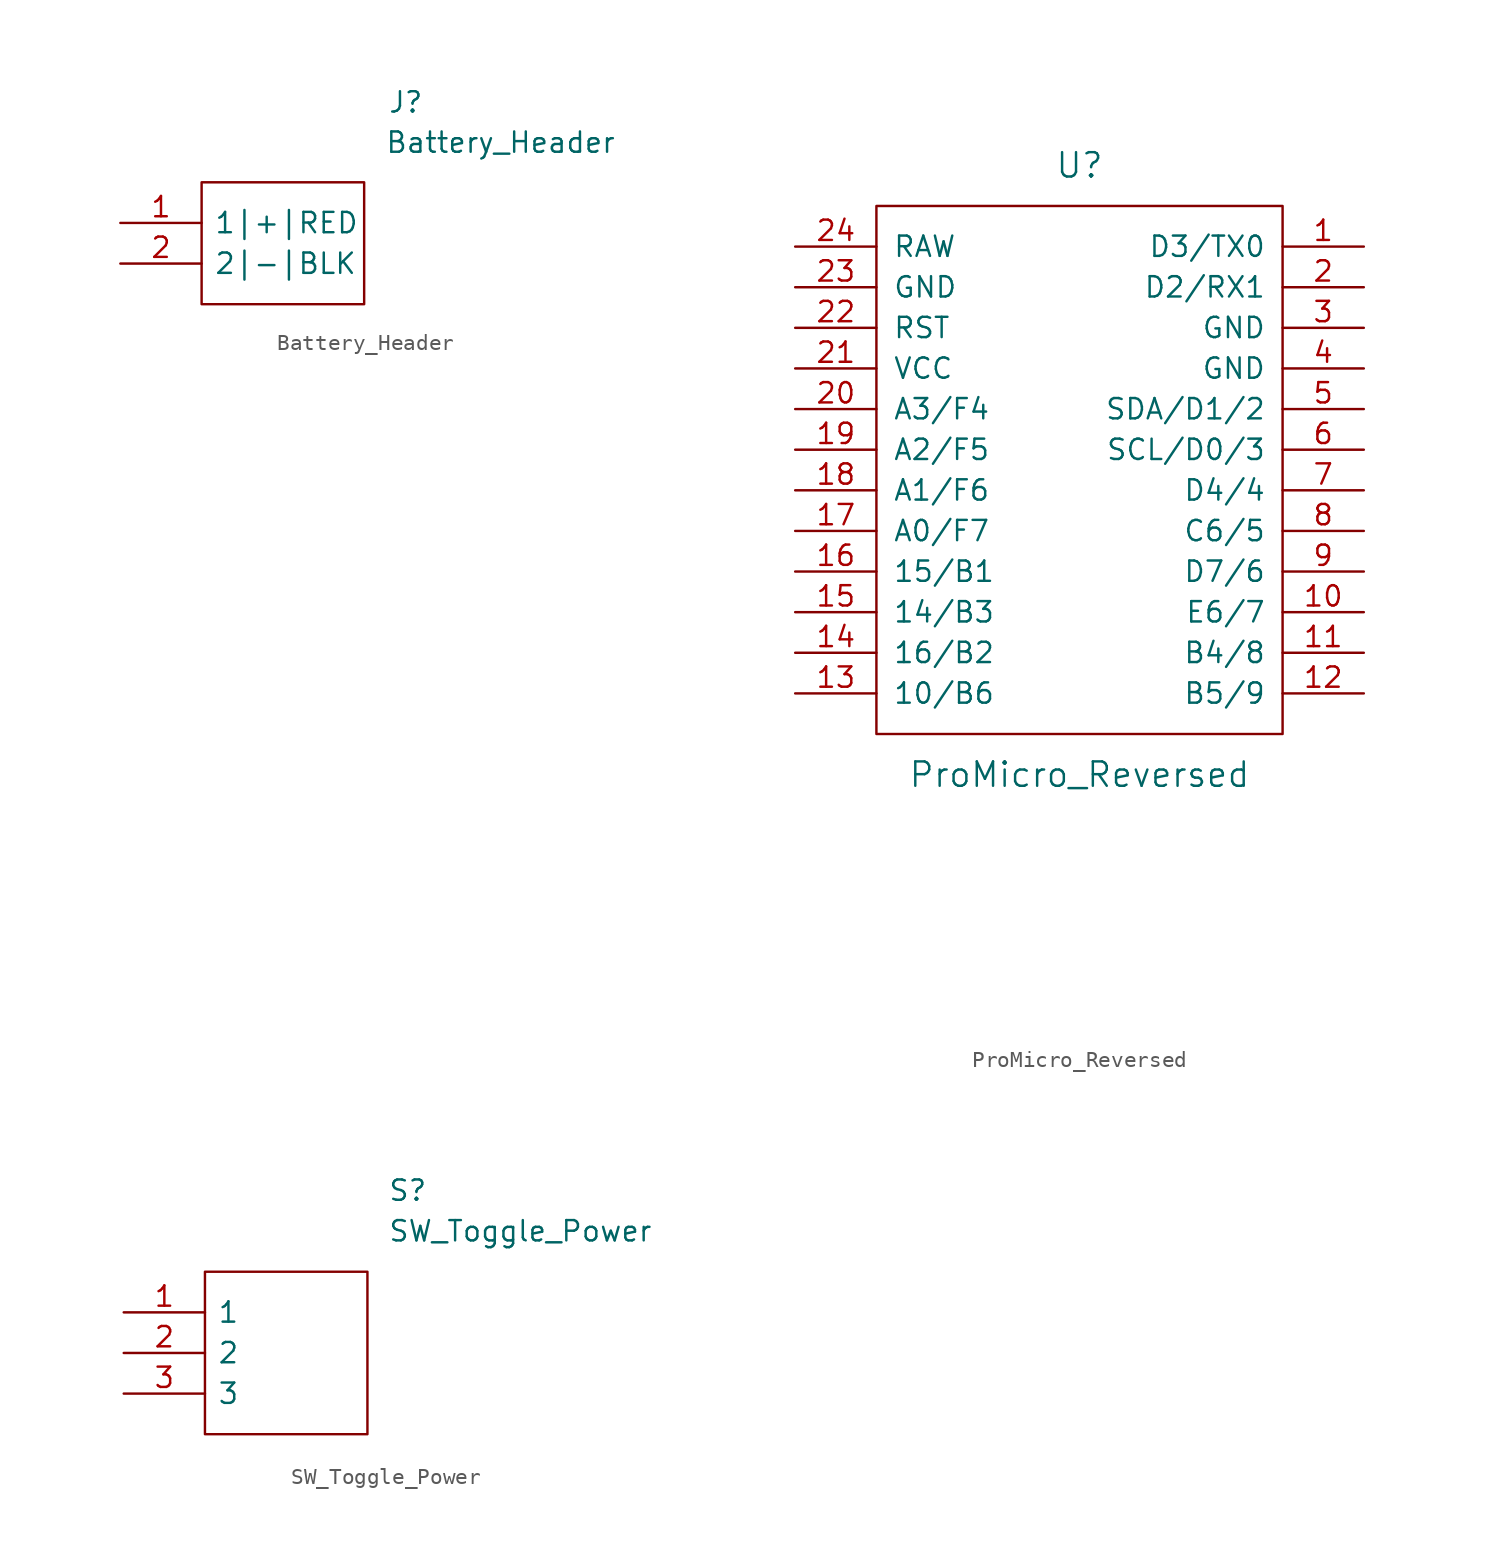
<source format=kicad_sym>
(kicad_symbol_lib
  (version 20211014)
  (generator kicad_symbol_editor)
  (symbol "Battery_Header"
    (pin_names
      (offset 0.762))
    (property "Reference" "J"
      (at 16.713 7.544 0)
      (effects (font (size 1.27 1.27)) (justify left)))
    (property "Value" "Battery_Header"
      (at 16.535 5.029 0)
      (effects (font (size 1.27 1.27)) (justify left)))
    (symbol "Battery_Header_0_0"
      (pin passive line (at 0 0 0) (length 5.08) (name "1|+|RED" (effects (font (size 1.27 1.27)))) (number "1" (effects (font (size 1.27 1.27)))))
      (pin passive line (at 0 -2.54 0) (length 5.08) (name "2|-|BLK" (effects (font (size 1.27 1.27)))) (number "2" (effects (font (size 1.27 1.27))))))
    (symbol "Battery_Header_0_1"
      (polyline (pts (xy 5.08 2.54) (xy 15.24 2.54) (xy 15.24 -5.08) (xy 5.08 -5.08) (xy 5.08 2.54)) (stroke (width 0.152) (type default) (color 0 0 0 0)) (fill (type none)))))
  (symbol "ProMicro_Reversed"
    (pin_names
      (offset 1.016))
    (property "Reference" "U"
      (at 1.27 22.86 0)
      (effects (font (size 1.524 1.524))))
    (property "Value" "ProMicro_Reversed"
      (at 1.27 -15.24 0)
      (effects (font (size 1.524 1.524))))
    (property "Footprint" ""
      (at 3.81 -26.67 0)
      (effects (font (size 1.524 1.524))))
    (property "Datasheet" ""
      (at 3.81 -26.67 0)
      (effects (font (size 1.524 1.524))))
    (symbol "ProMicro_Reversed_0_1"
      (rectangle (start 13.97 20.32) (end -11.43 -12.7) (stroke (width 0) (type default) (color 0 0 0 0)) (fill (type none))))
    (symbol "ProMicro_Reversed_1_1"
      (pin bidirectional line (at 19.05 17.78 180) (length 5.08) (name "D3/TX0" (effects (font (size 1.27 1.27)))) (number "1" (effects (font (size 1.27 1.27)))))
      (pin bidirectional line (at 19.05 -5.08 180) (length 5.08) (name "E6/7" (effects (font (size 1.27 1.27)))) (number "10" (effects (font (size 1.27 1.27)))))
      (pin bidirectional line (at 19.05 -7.62 180) (length 5.08) (name "B4/8" (effects (font (size 1.27 1.27)))) (number "11" (effects (font (size 1.27 1.27)))))
      (pin bidirectional line (at 19.05 -10.16 180) (length 5.08) (name "B5/9" (effects (font (size 1.27 1.27)))) (number "12" (effects (font (size 1.27 1.27)))))
      (pin bidirectional line (at -16.51 -10.16 0) (length 5.08) (name "10/B6" (effects (font (size 1.27 1.27)))) (number "13" (effects (font (size 1.27 1.27)))))
      (pin bidirectional line (at -16.51 -7.62 0) (length 5.08) (name "16/B2" (effects (font (size 1.27 1.27)))) (number "14" (effects (font (size 1.27 1.27)))))
      (pin bidirectional line (at -16.51 -5.08 0) (length 5.08) (name "14/B3" (effects (font (size 1.27 1.27)))) (number "15" (effects (font (size 1.27 1.27)))))
      (pin bidirectional line (at -16.51 -2.54 0) (length 5.08) (name "15/B1" (effects (font (size 1.27 1.27)))) (number "16" (effects (font (size 1.27 1.27)))))
      (pin bidirectional line (at -16.51 0 0) (length 5.08) (name "A0/F7" (effects (font (size 1.27 1.27)))) (number "17" (effects (font (size 1.27 1.27)))))
      (pin bidirectional line (at -16.51 2.54 0) (length 5.08) (name "A1/F6" (effects (font (size 1.27 1.27)))) (number "18" (effects (font (size 1.27 1.27)))))
      (pin bidirectional line (at -16.51 5.08 0) (length 5.08) (name "A2/F5" (effects (font (size 1.27 1.27)))) (number "19" (effects (font (size 1.27 1.27)))))
      (pin bidirectional line (at 19.05 15.24 180) (length 5.08) (name "D2/RX1" (effects (font (size 1.27 1.27)))) (number "2" (effects (font (size 1.27 1.27)))))
      (pin bidirectional line (at -16.51 7.62 0) (length 5.08) (name "A3/F4" (effects (font (size 1.27 1.27)))) (number "20" (effects (font (size 1.27 1.27)))))
      (pin power_in line (at -16.51 10.16 0) (length 5.08) (name "VCC" (effects (font (size 1.27 1.27)))) (number "21" (effects (font (size 1.27 1.27)))))
      (pin input line (at -16.51 12.7 0) (length 5.08) (name "RST" (effects (font (size 1.27 1.27)))) (number "22" (effects (font (size 1.27 1.27)))))
      (pin power_in line (at -16.51 15.24 0) (length 5.08) (name "GND" (effects (font (size 1.27 1.27)))) (number "23" (effects (font (size 1.27 1.27)))))
      (pin power_out line (at -16.51 17.78 0) (length 5.08) (name "RAW" (effects (font (size 1.27 1.27)))) (number "24" (effects (font (size 1.27 1.27)))))
      (pin power_in line (at 19.05 12.7 180) (length 5.08) (name "GND" (effects (font (size 1.27 1.27)))) (number "3" (effects (font (size 1.27 1.27)))))
      (pin power_in line (at 19.05 10.16 180) (length 5.08) (name "GND" (effects (font (size 1.27 1.27)))) (number "4" (effects (font (size 1.27 1.27)))))
      (pin bidirectional line (at 19.05 7.62 180) (length 5.08) (name "SDA/D1/2" (effects (font (size 1.27 1.27)))) (number "5" (effects (font (size 1.27 1.27)))))
      (pin bidirectional line (at 19.05 5.08 180) (length 5.08) (name "SCL/D0/3" (effects (font (size 1.27 1.27)))) (number "6" (effects (font (size 1.27 1.27)))))
      (pin bidirectional line (at 19.05 2.54 180) (length 5.08) (name "D4/4" (effects (font (size 1.27 1.27)))) (number "7" (effects (font (size 1.27 1.27)))))
      (pin bidirectional line (at 19.05 0 180) (length 5.08) (name "C6/5" (effects (font (size 1.27 1.27)))) (number "8" (effects (font (size 1.27 1.27)))))
      (pin bidirectional line (at 19.05 -2.54 180) (length 5.08) (name "D7/6" (effects (font (size 1.27 1.27)))) (number "9" (effects (font (size 1.27 1.27)))))))
  (symbol "SW_Toggle_Power"
    (pin_names
      (offset 0.762))
    (property "Reference" "S"
      (at 16.51 7.62 0)
      (effects (font (size 1.27 1.27)) (justify left)))
    (property "Value" "SW_Toggle_Power"
      (at 16.51 5.08 0)
      (effects (font (size 1.27 1.27)) (justify left)))
    (symbol "SW_Toggle_Power_0_0"
      (pin passive line (at 0 0 0) (length 5.08) (name "1" (effects (font (size 1.27 1.27)))) (number "1" (effects (font (size 1.27 1.27)))))
      (pin passive line (at 0 -2.54 0) (length 5.08) (name "2" (effects (font (size 1.27 1.27)))) (number "2" (effects (font (size 1.27 1.27)))))
      (pin passive line (at 0 -5.08 0) (length 5.08) (name "3" (effects (font (size 1.27 1.27)))) (number "3" (effects (font (size 1.27 1.27))))))
    (symbol "SW_Toggle_Power_0_1"
      (polyline (pts (xy 5.08 2.54) (xy 15.24 2.54) (xy 15.24 -7.62) (xy 5.08 -7.62) (xy 5.08 2.54)) (stroke (width 0.152) (type default) (color 0 0 0 0)) (fill (type none))))))
</source>
